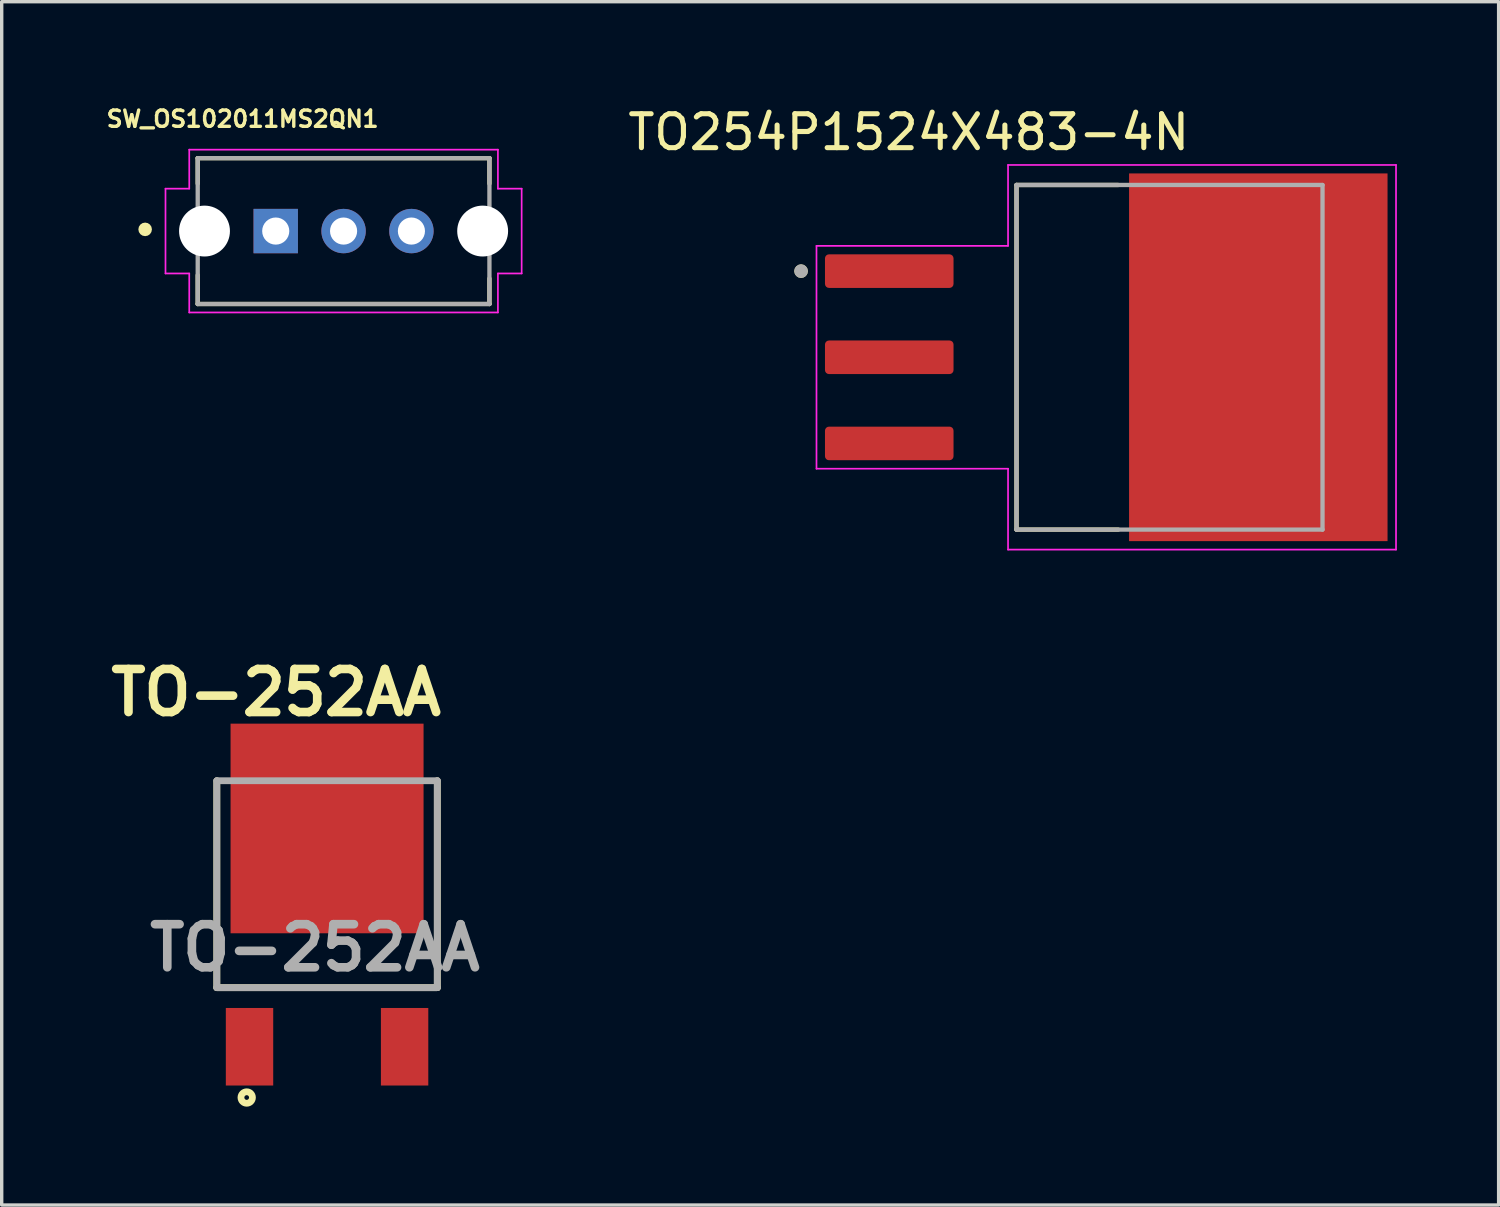
<source format=kicad_pcb>
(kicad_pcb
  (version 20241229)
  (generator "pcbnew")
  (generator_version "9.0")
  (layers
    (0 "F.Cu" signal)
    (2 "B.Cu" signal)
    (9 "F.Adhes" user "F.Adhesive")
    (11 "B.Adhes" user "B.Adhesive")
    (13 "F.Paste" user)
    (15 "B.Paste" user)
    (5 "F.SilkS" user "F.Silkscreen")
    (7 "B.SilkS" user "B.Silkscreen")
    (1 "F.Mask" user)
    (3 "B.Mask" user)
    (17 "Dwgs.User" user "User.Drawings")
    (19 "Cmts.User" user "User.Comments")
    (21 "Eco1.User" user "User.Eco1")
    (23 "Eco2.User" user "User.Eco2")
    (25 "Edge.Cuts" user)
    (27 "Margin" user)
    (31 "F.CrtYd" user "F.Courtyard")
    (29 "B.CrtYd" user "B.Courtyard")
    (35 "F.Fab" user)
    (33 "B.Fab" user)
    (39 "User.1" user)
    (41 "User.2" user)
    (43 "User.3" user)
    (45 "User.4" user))
  (footprint "SW_OS102011MS2QN1"
    (layer "F.Cu")
    (at 7.079 3.762)
    (property "Reference" "SW_OS102011MS2QN1" (at -2.977 -3.305 0) (layer "F.SilkS") (effects (font (size 0.48 0.48) (thickness 0.1))))
    (attr through_hole)
    (fp_line (start -4.3 -2.15) (end -4.3 -1.4) (stroke (width 0.127) (type solid)) (layer "F.SilkS"))
    (fp_line (start -4.3 1.3) (end -4.3 2.15) (stroke (width 0.127) (type solid)) (layer "F.SilkS"))
    (fp_line (start -4.3 2.15) (end 4.3 2.15) (stroke (width 0.127) (type solid)) (layer "F.SilkS"))
    (fp_line (start 4.3 -2.15) (end -4.3 -2.15) (stroke (width 0.127) (type solid)) (layer "F.SilkS"))
    (fp_line (start 4.3 -1.4) (end 4.3 -2.15) (stroke (width 0.127) (type solid)) (layer "F.SilkS"))
    (fp_line (start 4.3 2.15) (end 4.3 1.4) (stroke (width 0.127) (type solid)) (layer "F.SilkS"))
    (fp_circle (center -5.85 -0.05) (end -5.75 -0.05) (stroke (width 0.2) (type solid)) (fill no) (layer "F.SilkS"))
    (fp_line (start -5.25 -1.25) (end -4.55 -1.25) (stroke (width 0.05) (type solid)) (layer "F.CrtYd"))
    (fp_line (start -5.25 1.25) (end -5.25 -1.25) (stroke (width 0.05) (type solid)) (layer "F.CrtYd"))
    (fp_line (start -4.55 -2.4) (end 4.55 -2.4) (stroke (width 0.05) (type solid)) (layer "F.CrtYd"))
    (fp_line (start -4.55 -1.25) (end -4.55 -2.4) (stroke (width 0.05) (type solid)) (layer "F.CrtYd"))
    (fp_line (start -4.55 1.25) (end -5.25 1.25) (stroke (width 0.05) (type solid)) (layer "F.CrtYd"))
    (fp_line (start -4.55 2.4) (end -4.55 1.25) (stroke (width 0.05) (type solid)) (layer "F.CrtYd"))
    (fp_line (start 4.55 -2.4) (end 4.55 -1.25) (stroke (width 0.05) (type solid)) (layer "F.CrtYd"))
    (fp_line (start 4.55 -1.25) (end 5.25 -1.25) (stroke (width 0.05) (type solid)) (layer "F.CrtYd"))
    (fp_line (start 4.55 1.25) (end 4.55 2.4) (stroke (width 0.05) (type solid)) (layer "F.CrtYd"))
    (fp_line (start 4.55 2.4) (end -4.55 2.4) (stroke (width 0.05) (type solid)) (layer "F.CrtYd"))
    (fp_line (start 5.25 -1.25) (end 5.25 1.25) (stroke (width 0.05) (type solid)) (layer "F.CrtYd"))
    (fp_line (start 5.25 1.25) (end 4.55 1.25) (stroke (width 0.05) (type solid)) (layer "F.CrtYd"))
    (fp_line (start -4.3 -2.15) (end 4.3 -2.15) (stroke (width 0.127) (type solid)) (layer "F.Fab"))
    (fp_line (start -4.3 2.15) (end -4.3 -2.15) (stroke (width 0.127) (type solid)) (layer "F.Fab"))
    (fp_line (start 4.3 -2.15) (end 4.3 2.15) (stroke (width 0.127) (type solid)) (layer "F.Fab"))
    (fp_line (start 4.3 2.15) (end -4.3 2.15) (stroke (width 0.127) (type solid)) (layer "F.Fab"))
    (fp_circle (center -2.1 -0.05) (end -2 -0.05) (stroke (width 0.2) (type solid)) (fill no) (layer "F.Fab"))
    (pad "" np_thru_hole circle (at -4.1 0) (size 1.5 1.5) (drill 1.5) (layers "*.Cu" "*.Mask"))
    (pad "" np_thru_hole circle (at 4.1 0) (size 1.5 1.5) (drill 1.5) (layers "*.Cu" "*.Mask"))
    (pad "1" thru_hole rect (at -2 0) (size 1.308 1.308) (drill 0.8) (layers "*.Cu" "*.Mask"))
    (pad "2" thru_hole circle (at 0 0) (size 1.308 1.308) (drill 0.8) (layers "*.Cu" "*.Mask"))
    (pad "3" thru_hole circle (at 2 0) (size 1.308 1.308) (drill 0.8) (layers "*.Cu" "*.Mask")))
  (footprint "TO-252AA"
    (layer "F.Cu")
    (at 6.592 19.967)
    (property "Reference" "TO-252AA" (at -1.5 -2.6 0) (layer "F.SilkS") (effects (font (size 1.27 1.27) (thickness 0.254))))
    (attr smd)
    (fp_line (start -3.25 0) (end -3.25 6.1) (stroke (width 0.2) (type solid)) (layer "F.SilkS"))
    (fp_line (start -3.25 6.1) (end 3.25 6.1) (stroke (width 0.2) (type solid)) (layer "F.SilkS"))
    (fp_line (start 3.25 6.1) (end 3.25 0) (stroke (width 0.2) (type solid)) (layer "F.SilkS"))
    (fp_circle (center -2.369 9.339) (end -2.369 9.408) (stroke (width 0.2) (type solid)) (fill no) (layer "F.SilkS"))
    (fp_line (start -3.25 0) (end 3.25 0) (stroke (width 0.2) (type solid)) (layer "F.Fab"))
    (fp_line (start -3.25 6.1) (end -3.25 0) (stroke (width 0.2) (type solid)) (layer "F.Fab"))
    (fp_line (start 3.25 0) (end 3.25 6.1) (stroke (width 0.2) (type solid)) (layer "F.Fab"))
    (fp_line (start 3.25 6.1) (end -3.25 6.1) (stroke (width 0.2) (type solid)) (layer "F.Fab"))
    (fp_text user "${REFERENCE}" (at -0.356 4.925 0) (layer "F.Fab") (effects (font (size 1.27 1.27) (thickness 0.254))))
    (pad "1" smd rect (at -2.286 7.842) (size 1.397 2.286) (layers "F.Cu" "F.Mask" "F.Paste"))
    (pad "2" smd rect (at 2.286 7.842) (size 1.397 2.286) (layers "F.Cu" "F.Mask" "F.Paste"))
    (pad "3" smd rect (at 0 1.407) (size 5.69 6.18) (layers "F.Cu" "F.Mask" "F.Paste")))
  (footprint "TO254P1524X483-4N"
    (layer "F.Cu")
    (at 29.566 7.483)
    (property "Reference" "TO254P1524X483-4N" (at -5.825 -6.635 0) (layer "F.SilkS") (effects (font (size 1 1) (thickness 0.15))))
    (attr smd)
    (fp_line (start -2.648 -5.08) (end -2.648 5.08) (stroke (width 0.127) (type solid)) (layer "F.SilkS"))
    (fp_line (start -2.648 5.08) (end 0.35 5.08) (stroke (width 0.127) (type solid)) (layer "F.SilkS"))
    (fp_line (start 0.35 -5.08) (end -2.648 -5.08) (stroke (width 0.127) (type solid)) (layer "F.SilkS"))
    (fp_circle (center -9 -2.54) (end -8.9 -2.54) (stroke (width 0.2) (type solid)) (fill no) (layer "F.SilkS"))
    (fp_poly (pts (xy 1.215 -5.13) (xy 2.665 -5.13) (xy 2.665 -3.87) (xy 1.215 -3.87)) (stroke (width 0.01) (type solid)) (fill yes) (layer "F.Paste"))
    (fp_poly (pts (xy 1.215 -3.33) (xy 2.665 -3.33) (xy 2.665 -2.07) (xy 1.215 -2.07)) (stroke (width 0.01) (type solid)) (fill yes) (layer "F.Paste"))
    (fp_poly (pts (xy 1.215 -1.53) (xy 2.665 -1.53) (xy 2.665 -0.27) (xy 1.215 -0.27)) (stroke (width 0.01) (type solid)) (fill yes) (layer "F.Paste"))
    (fp_poly (pts (xy 1.215 0.27) (xy 2.665 0.27) (xy 2.665 1.53) (xy 1.215 1.53)) (stroke (width 0.01) (type solid)) (fill yes) (layer "F.Paste"))
    (fp_poly (pts (xy 1.215 2.07) (xy 2.665 2.07) (xy 2.665 3.33) (xy 1.215 3.33)) (stroke (width 0.01) (type solid)) (fill yes) (layer "F.Paste"))
    (fp_poly (pts (xy 1.215 3.87) (xy 2.665 3.87) (xy 2.665 5.13) (xy 1.215 5.13)) (stroke (width 0.01) (type solid)) (fill yes) (layer "F.Paste"))
    (fp_poly (pts (xy 3.755 -5.13) (xy 5.205 -5.13) (xy 5.205 -3.87) (xy 3.755 -3.87)) (stroke (width 0.01) (type solid)) (fill yes) (layer "F.Paste"))
    (fp_poly (pts (xy 3.755 -3.33) (xy 5.205 -3.33) (xy 5.205 -2.07) (xy 3.755 -2.07)) (stroke (width 0.01) (type solid)) (fill yes) (layer "F.Paste"))
    (fp_poly (pts (xy 3.755 -1.53) (xy 5.205 -1.53) (xy 5.205 -0.27) (xy 3.755 -0.27)) (stroke (width 0.01) (type solid)) (fill yes) (layer "F.Paste"))
    (fp_poly (pts (xy 3.755 0.27) (xy 5.205 0.27) (xy 5.205 1.53) (xy 3.755 1.53)) (stroke (width 0.01) (type solid)) (fill yes) (layer "F.Paste"))
    (fp_poly (pts (xy 3.755 2.07) (xy 5.205 2.07) (xy 5.205 3.33) (xy 3.755 3.33)) (stroke (width 0.01) (type solid)) (fill yes) (layer "F.Paste"))
    (fp_poly (pts (xy 3.755 3.87) (xy 5.205 3.87) (xy 5.205 5.13) (xy 3.755 5.13)) (stroke (width 0.01) (type solid)) (fill yes) (layer "F.Paste"))
    (fp_poly (pts (xy 6.295 -5.13) (xy 7.745 -5.13) (xy 7.745 -3.87) (xy 6.295 -3.87)) (stroke (width 0.01) (type solid)) (fill yes) (layer "F.Paste"))
    (fp_poly (pts (xy 6.295 -3.33) (xy 7.745 -3.33) (xy 7.745 -2.07) (xy 6.295 -2.07)) (stroke (width 0.01) (type solid)) (fill yes) (layer "F.Paste"))
    (fp_poly (pts (xy 6.295 -1.53) (xy 7.745 -1.53) (xy 7.745 -0.27) (xy 6.295 -0.27)) (stroke (width 0.01) (type solid)) (fill yes) (layer "F.Paste"))
    (fp_poly (pts (xy 6.295 0.27) (xy 7.745 0.27) (xy 7.745 1.53) (xy 6.295 1.53)) (stroke (width 0.01) (type solid)) (fill yes) (layer "F.Paste"))
    (fp_poly (pts (xy 6.295 2.07) (xy 7.745 2.07) (xy 7.745 3.33) (xy 6.295 3.33)) (stroke (width 0.01) (type solid)) (fill yes) (layer "F.Paste"))
    (fp_poly (pts (xy 6.295 3.87) (xy 7.745 3.87) (xy 7.745 5.13) (xy 6.295 5.13)) (stroke (width 0.01) (type solid)) (fill yes) (layer "F.Paste"))
    (fp_line (start -8.545 -3.285) (end -8.545 3.285) (stroke (width 0.05) (type solid)) (layer "F.CrtYd"))
    (fp_line (start -8.545 3.285) (end -2.898 3.285) (stroke (width 0.05) (type solid)) (layer "F.CrtYd"))
    (fp_line (start -2.898 -5.67) (end -2.898 -3.285) (stroke (width 0.05) (type solid)) (layer "F.CrtYd"))
    (fp_line (start -2.898 -3.285) (end -8.545 -3.285) (stroke (width 0.05) (type solid)) (layer "F.CrtYd"))
    (fp_line (start -2.898 3.285) (end -2.898 5.67) (stroke (width 0.05) (type solid)) (layer "F.CrtYd"))
    (fp_line (start -2.898 5.67) (end 8.54 5.67) (stroke (width 0.05) (type solid)) (layer "F.CrtYd"))
    (fp_line (start 8.54 -5.67) (end -2.898 -5.67) (stroke (width 0.05) (type solid)) (layer "F.CrtYd"))
    (fp_line (start 8.54 5.67) (end 8.54 -5.67) (stroke (width 0.05) (type solid)) (layer "F.CrtYd"))
    (fp_line (start -2.648 -5.08) (end 6.373 -5.08) (stroke (width 0.127) (type solid)) (layer "F.Fab"))
    (fp_line (start -2.648 5.08) (end -2.648 -5.08) (stroke (width 0.127) (type solid)) (layer "F.Fab"))
    (fp_line (start 6.373 -5.08) (end 6.373 5.08) (stroke (width 0.127) (type solid)) (layer "F.Fab"))
    (fp_line (start 6.373 5.08) (end -2.648 5.08) (stroke (width 0.127) (type solid)) (layer "F.Fab"))
    (fp_circle (center -9 -2.54) (end -8.9 -2.54) (stroke (width 0.2) (type solid)) (fill no) (layer "F.Fab"))
    (pad "1" smd roundrect (at -6.4 -2.54) (size 3.79 0.99) (layers "F.Cu" "F.Mask" "F.Paste") (roundrect_rratio 0.12))
    (pad "2" smd roundrect (at -6.4 0) (size 3.79 0.99) (layers "F.Cu" "F.Mask" "F.Paste") (roundrect_rratio 0.12))
    (pad "3" smd roundrect (at -6.4 2.54) (size 3.79 0.99) (layers "F.Cu" "F.Mask" "F.Paste") (roundrect_rratio 0.12))
    (pad "4" smd rect (at 4.48 0) (size 7.62 10.84) (layers "F.Cu" "F.Mask")))
  (gr_rect
    (start -3 -3)
    (end 41.131 32.475)
    (stroke (width 0.1) (type default))
    (fill no)
    (layer "Edge.Cuts")))
</source>
